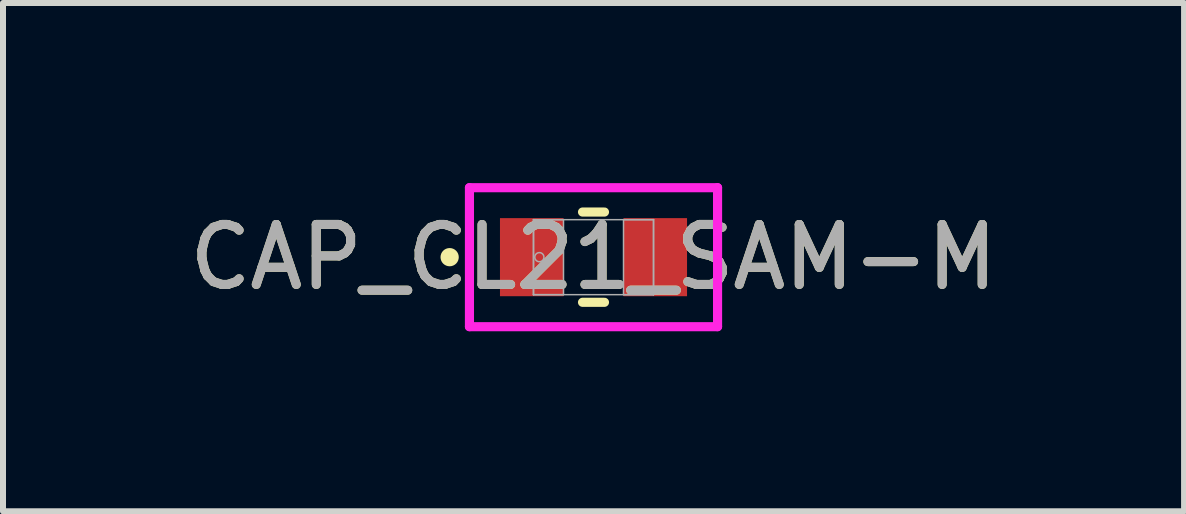
<source format=kicad_pcb>
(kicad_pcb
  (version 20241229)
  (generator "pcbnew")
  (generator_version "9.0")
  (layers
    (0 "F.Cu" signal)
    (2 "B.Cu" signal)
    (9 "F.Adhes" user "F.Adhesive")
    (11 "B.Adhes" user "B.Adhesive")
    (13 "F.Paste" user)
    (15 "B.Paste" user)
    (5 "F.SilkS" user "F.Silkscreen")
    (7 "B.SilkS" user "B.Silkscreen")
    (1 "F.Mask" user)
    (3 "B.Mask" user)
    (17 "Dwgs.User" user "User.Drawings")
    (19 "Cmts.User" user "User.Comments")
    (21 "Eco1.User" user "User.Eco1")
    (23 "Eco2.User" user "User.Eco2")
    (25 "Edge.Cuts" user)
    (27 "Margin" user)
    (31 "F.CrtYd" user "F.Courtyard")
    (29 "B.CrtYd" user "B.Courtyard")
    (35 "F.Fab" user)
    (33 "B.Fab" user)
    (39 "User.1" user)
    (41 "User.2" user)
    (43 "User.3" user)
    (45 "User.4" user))
  (footprint "CAP_CL21_SAM-M"
    (layer "F.Cu")
    (at 6.839 1.235)
    (property "Reference" "CAP_CL21_SAM-M" (at 0 0 0) (unlocked yes) (layer "F.SilkS") (effects (font (size 1 1) (thickness 0.15))))
    (attr smd)
    (fp_line (start -0.183 0.752) (end 0.183 0.752) (stroke (width 0.152) (type solid)) (layer "F.SilkS"))
    (fp_line (start 0.183 -0.752) (end -0.183 -0.752) (stroke (width 0.152) (type solid)) (layer "F.SilkS"))
    (fp_circle (center -2.397 0) (end -2.321 0) (stroke (width 0.152) (type solid)) (fill no) (layer "F.SilkS"))
    (fp_line (start -2.067 -1.158) (end 2.067 -1.158) (stroke (width 0.152) (type solid)) (layer "F.CrtYd"))
    (fp_line (start -2.067 1.158) (end -2.067 -1.158) (stroke (width 0.152) (type solid)) (layer "F.CrtYd"))
    (fp_line (start 2.067 -1.158) (end 2.067 1.158) (stroke (width 0.152) (type solid)) (layer "F.CrtYd"))
    (fp_line (start 2.067 1.158) (end -2.067 1.158) (stroke (width 0.152) (type solid)) (layer "F.CrtYd"))
    (fp_line (start -1 -0.625) (end -1 0.625) (stroke (width 0.025) (type solid)) (layer "F.Fab"))
    (fp_line (start -1 -0.625) (end -1 0.625) (stroke (width 0.025) (type solid)) (layer "F.Fab"))
    (fp_line (start -1 0.625) (end -0.5 0.625) (stroke (width 0.025) (type solid)) (layer "F.Fab"))
    (fp_line (start -1 0.625) (end 1 0.625) (stroke (width 0.025) (type solid)) (layer "F.Fab"))
    (fp_line (start -0.5 -0.625) (end -1 -0.625) (stroke (width 0.025) (type solid)) (layer "F.Fab"))
    (fp_line (start -0.5 0.625) (end -0.5 -0.625) (stroke (width 0.025) (type solid)) (layer "F.Fab"))
    (fp_line (start 0.5 -0.625) (end 0.5 0.625) (stroke (width 0.025) (type solid)) (layer "F.Fab"))
    (fp_line (start 0.5 0.625) (end 1 0.625) (stroke (width 0.025) (type solid)) (layer "F.Fab"))
    (fp_line (start 1 -0.625) (end -1 -0.625) (stroke (width 0.025) (type solid)) (layer "F.Fab"))
    (fp_line (start 1 -0.625) (end 0.5 -0.625) (stroke (width 0.025) (type solid)) (layer "F.Fab"))
    (fp_line (start 1 0.625) (end 1 -0.625) (stroke (width 0.025) (type solid)) (layer "F.Fab"))
    (fp_line (start 1 0.625) (end 1 -0.625) (stroke (width 0.025) (type solid)) (layer "F.Fab"))
    (fp_circle (center -0.902 0) (end -0.826 0) (stroke (width 0.025) (type solid)) (fill no) (layer "F.Fab"))
    (fp_text user "${REFERENCE}" (at 0 0 0) (unlocked yes) (layer "F.Fab") (effects (font (size 1 1) (thickness 0.15))))
    (pad "1" smd rect (at -1.029 0) (size 1.059 1.301) (layers "F.Cu" "F.Mask" "F.Paste"))
    (pad "2" smd rect (at 1.029 0) (size 1.059 1.301) (layers "F.Cu" "F.Mask" "F.Paste"))
    (zone (net_name "") (layer "F.Cu") (hatch full 0.508) (connect_pads) (min_thickness 0.254) (filled_areas_thickness no) (keepout (tracks not_allowed) (vias not_allowed) (pads allowed) (copperpour not_allowed) (footprints allowed)) (placement (enabled no)) (fill) (polygon (pts (xy 6.39 0.66) (xy 7.288 0.66) (xy 7.288 1.809) (xy 6.39 1.809)))))
  (gr_rect
    (start -3 -3)
    (end 16.679 5.469)
    (stroke (width 0.1) (type default))
    (fill no)
    (layer "Edge.Cuts")))
</source>
